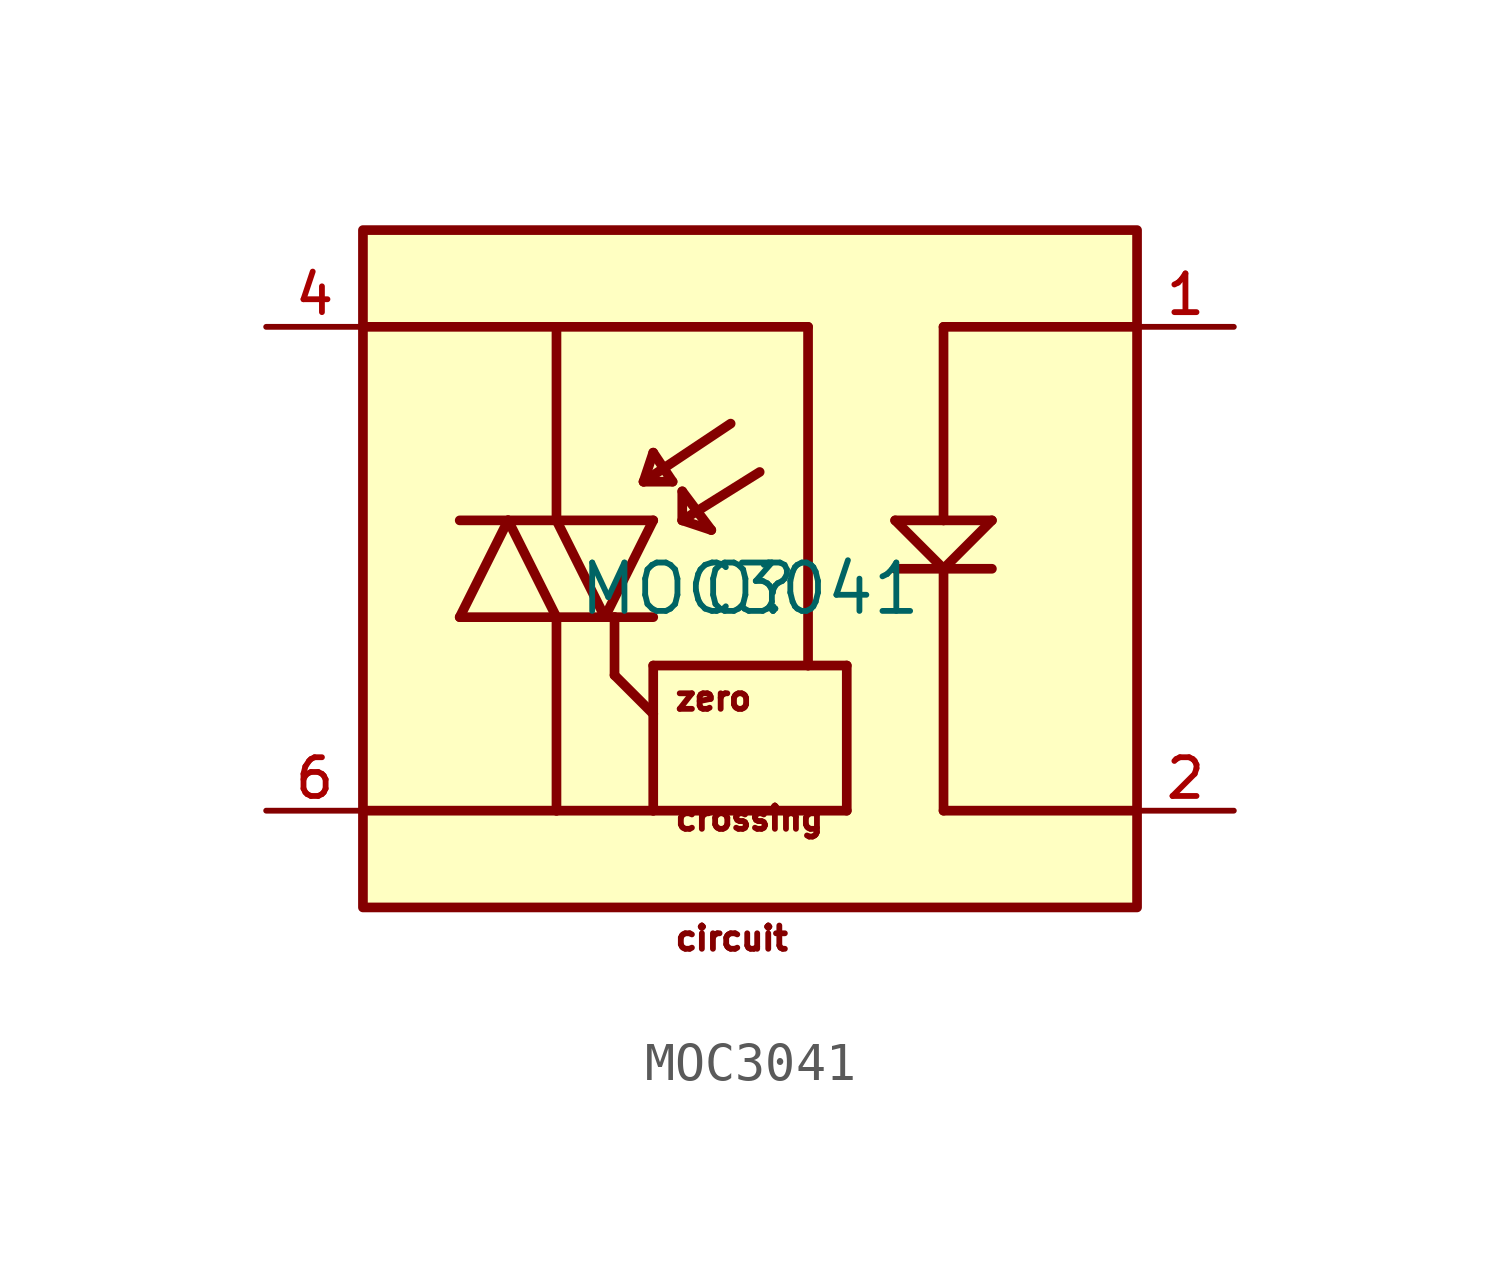
<source format=kicad_sym>
(kicad_symbol_lib
  (version 20211014)
  (generator kicad_symbol_editor)
  (symbol "MOC3041"
    (pin_names
      (offset 1.016))
    (property "Reference" "O"
      (at 0 0 0)
      (effects (font (size 1.27 1.27)) (justify bottom)))
    (property "Value" "MOC3041"
      (at 0 0.0 0)
      (effects (font (size 1.27 1.27)) (justify bottom)))
    (symbol "MOC3041_0_0"
      (polyline (pts (xy 10.16 7.62) (xy 5.08 7.62)) (stroke (width 0.254)))
      (polyline (pts (xy 5.08 7.62) (xy 5.08 2.54)) (stroke (width 0.254)))
      (polyline (pts (xy 5.08 2.54) (xy 3.81 2.54)) (stroke (width 0.254)))
      (polyline (pts (xy 3.81 2.54) (xy 5.08 1.27)) (stroke (width 0.254)))
      (polyline (pts (xy 5.08 1.27) (xy 6.35 2.54)) (stroke (width 0.254)))
      (polyline (pts (xy 6.35 2.54) (xy 5.08 2.54)) (stroke (width 0.254)))
      (polyline (pts (xy 5.08 1.27) (xy 6.35 1.27)) (stroke (width 0.254)))
      (polyline (pts (xy 5.08 1.27) (xy 3.81 1.27)) (stroke (width 0.254)))
      (polyline (pts (xy 5.08 1.27) (xy 5.08 -5.08)) (stroke (width 0.254)))
      (polyline (pts (xy 5.08 -5.08) (xy 10.16 -5.08)) (stroke (width 0.254)))
      (polyline (pts (xy -0.508 5.08) (xy -2.794 3.556)) (stroke (width 0.254)))
      (polyline (pts (xy -2.794 3.556) (xy -2.54 4.318)) (stroke (width 0.254)))
      (polyline (pts (xy -2.54 4.318) (xy -2.032 3.556)) (stroke (width 0.254)))
      (polyline (pts (xy -2.032 3.556) (xy -2.794 3.556)) (stroke (width 0.254)))
      (polyline (pts (xy 0.254 3.81) (xy -1.778 2.54)) (stroke (width 0.254)))
      (polyline (pts (xy -1.778 2.54) (xy -1.778 3.302)) (stroke (width 0.254)))
      (polyline (pts (xy -1.778 2.54) (xy -1.016 2.286)) (stroke (width 0.254)))
      (polyline (pts (xy -1.016 2.286) (xy -1.778 3.302)) (stroke (width 0.254)))
      (polyline (pts (xy -7.62 2.54) (xy -6.35 2.54)) (stroke (width 0.254)))
      (polyline (pts (xy -6.35 2.54) (xy -5.08 2.54)) (stroke (width 0.254)))
      (polyline (pts (xy -5.08 2.54) (xy -2.54 2.54)) (stroke (width 0.254)))
      (polyline (pts (xy -7.62 0.0) (xy -5.08 0.0)) (stroke (width 0.254)))
      (polyline (pts (xy -5.08 0.0) (xy -3.81 0.0)) (stroke (width 0.254)))
      (polyline (pts (xy -3.81 0.0) (xy -3.556 0.0)) (stroke (width 0.254)))
      (polyline (pts (xy -3.556 0.0) (xy -2.54 0.0)) (stroke (width 0.254)))
      (polyline (pts (xy -7.62 0.0) (xy -6.35 2.54)) (stroke (width 0.254)))
      (polyline (pts (xy -6.35 2.54) (xy -5.08 0.0)) (stroke (width 0.254)))
      (polyline (pts (xy -5.08 2.54) (xy -3.81 0.0)) (stroke (width 0.254)))
      (polyline (pts (xy -3.81 0.0) (xy -2.54 2.54)) (stroke (width 0.254)))
      (polyline (pts (xy -5.08 0.0) (xy -5.08 -5.08)) (stroke (width 0.254)))
      (polyline (pts (xy -5.08 -5.08) (xy -10.16 -5.08)) (stroke (width 0.254)))
      (polyline (pts (xy -10.16 7.62) (xy -5.08 7.62)) (stroke (width 0.254)))
      (polyline (pts (xy -5.08 7.62) (xy -5.08 2.54)) (stroke (width 0.254)))
      (polyline (pts (xy -2.54 -5.08) (xy -2.54 -2.54)) (stroke (width 0.254)))
      (polyline (pts (xy -2.54 -2.54) (xy -2.54 -1.27)) (stroke (width 0.254)))
      (polyline (pts (xy -2.54 -1.27) (xy 1.524 -1.27)) (stroke (width 0.254)))
      (polyline (pts (xy 1.524 -1.27) (xy 2.54 -1.27)) (stroke (width 0.254)))
      (polyline (pts (xy 2.54 -1.27) (xy 2.54 -5.08)) (stroke (width 0.254)))
      (polyline (pts (xy 2.54 -5.08) (xy -2.54 -5.08)) (stroke (width 0.254)))
      (polyline (pts (xy -5.08 7.62) (xy 1.524 7.62)) (stroke (width 0.254)))
      (polyline (pts (xy 1.524 7.62) (xy 1.524 -1.27)) (stroke (width 0.254)))
      (polyline (pts (xy -3.556 0.0) (xy -3.556 -1.524)) (stroke (width 0.254)))
      (polyline (pts (xy -3.556 -1.524) (xy -2.54 -2.54)) (stroke (width 0.254)))
      (polyline (pts (xy -2.54 -5.08) (xy -5.08 -5.08)) (stroke (width 0.254)))
      (text "zero" (at -2.032 -2.489 0) (effects (font (size 0.61 0.61)) (justify bottom left)))
      (text "crossing" (at -2.032 -5.639 0) (effects (font (size 0.61 0.61)) (justify bottom left)))
      (text "circuit" (at -2.032 -8.788 0) (effects (font (size 0.61 0.61)) (justify bottom left)))
      (rectangle (start -10.16 -7.62) (end 10.16 10.16) (stroke (width 0.254)) (fill (type background)))
      (pin bidirectional line (at -12.7 7.62 0) (length 2.54) (name "~" (effects (font (size 1.016 1.016)))) (number "4" (effects (font (size 1.016 1.016)))))
      (pin bidirectional line (at -12.7 -5.08 0) (length 2.54) (name "~" (effects (font (size 1.016 1.016)))) (number "6" (effects (font (size 1.016 1.016)))))
      (pin output line (at 12.7 -5.08 180.0) (length 2.54) (name "~" (effects (font (size 1.016 1.016)))) (number "2" (effects (font (size 1.016 1.016)))))
      (pin input line (at 12.7 7.62 180.0) (length 2.54) (name "~" (effects (font (size 1.016 1.016)))) (number "1" (effects (font (size 1.016 1.016))))))))
</source>
